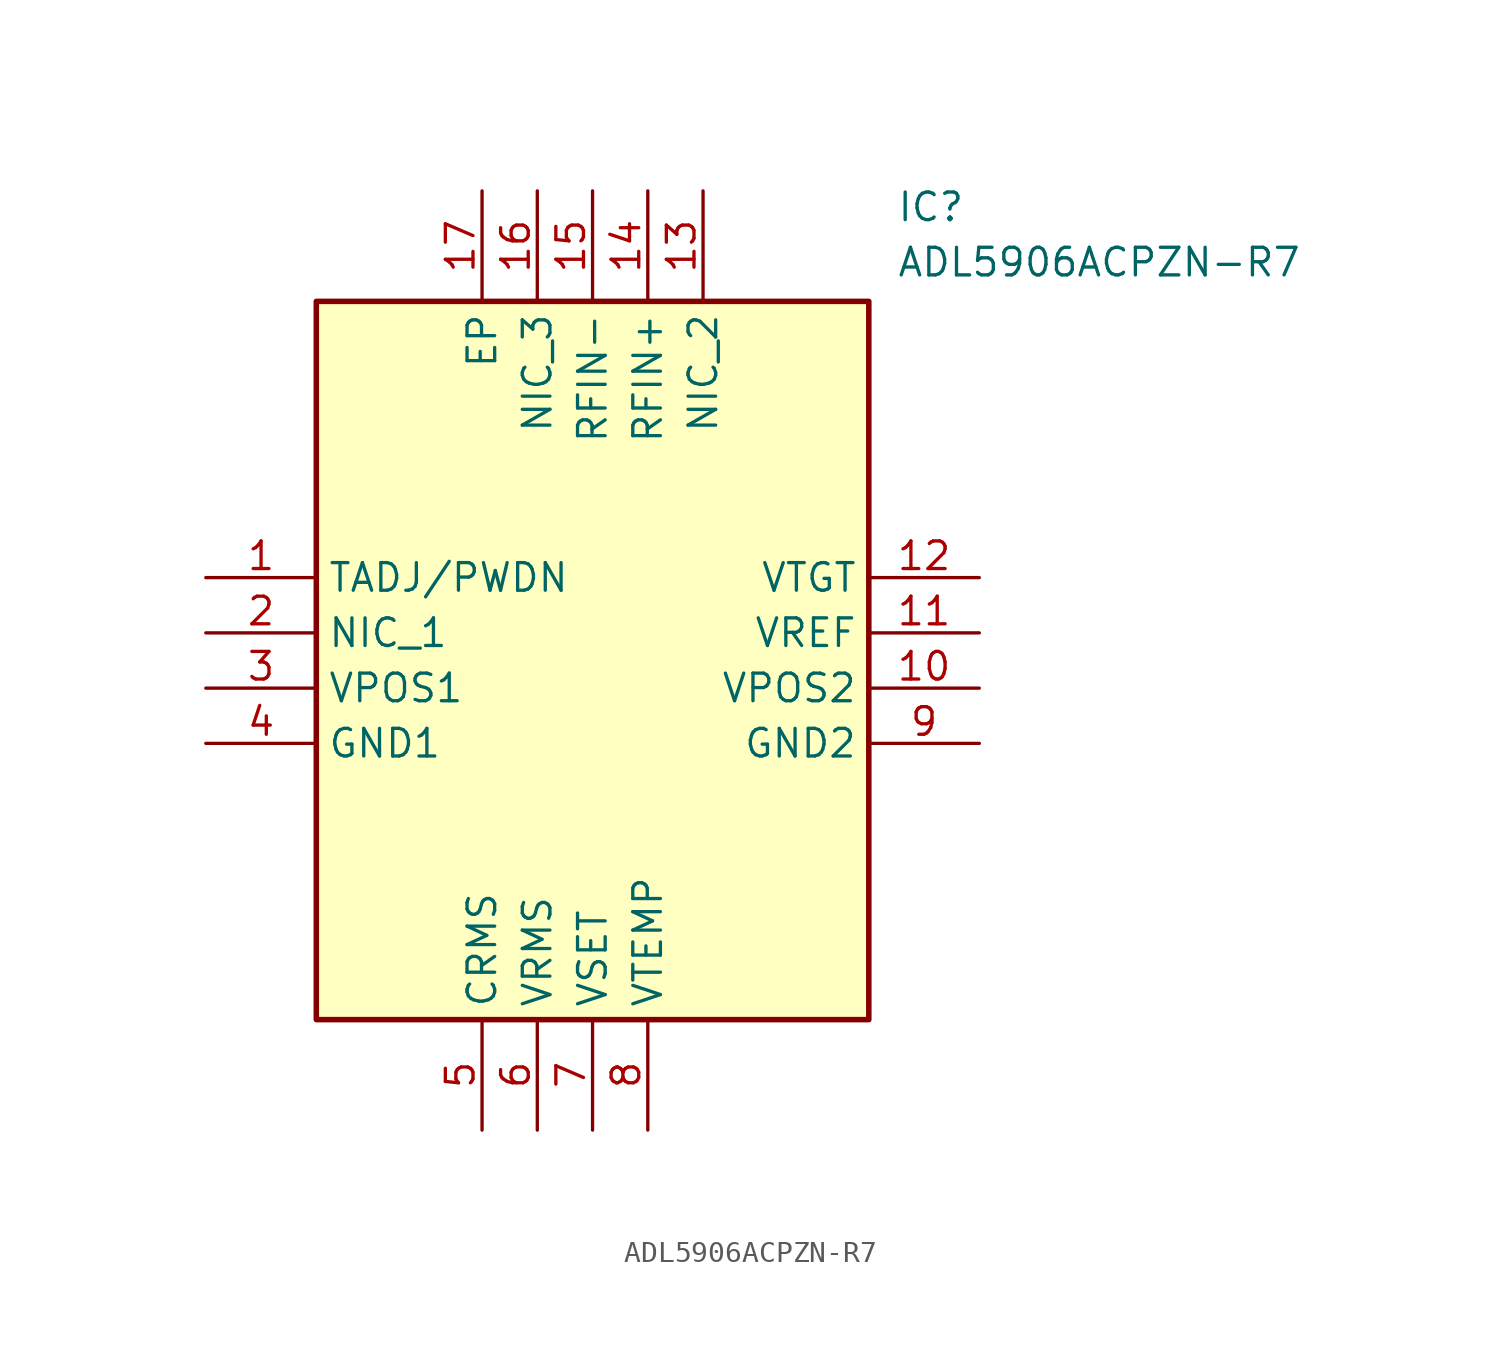
<source format=kicad_sym>
(kicad_symbol_lib
  (version 20211014)
  (generator SamacSys_ECAD_Model)
  (symbol "ADL5906ACPZN-R7"
    (property "Reference" "IC"
      (at 31.75 17.78 0)
      (effects (font (size 1.27 1.27)) (justify left top)))
    (property "Value" "ADL5906ACPZN-R7"
      (at 31.75 15.24 0)
      (effects (font (size 1.27 1.27)) (justify left top)))
    (rectangle
      (start 5.08 12.7)
      (end 30.48 -20.32)
      (stroke (width 0.254) (type default))
      (fill (type background)))
    (pin passive line
      (at 0 0 0)
      (length 5.08)
      (name "TADJ/PWDN" (effects (font (size 1.27 1.27))))
      (number "1" (effects (font (size 1.27 1.27)))))
    (pin passive line
      (at 0 -2.54 0)
      (length 5.08)
      (name "NIC_1" (effects (font (size 1.27 1.27))))
      (number "2" (effects (font (size 1.27 1.27)))))
    (pin passive line
      (at 0 -5.08 0)
      (length 5.08)
      (name "VPOS1" (effects (font (size 1.27 1.27))))
      (number "3" (effects (font (size 1.27 1.27)))))
    (pin passive line
      (at 0 -7.62 0)
      (length 5.08)
      (name "GND1" (effects (font (size 1.27 1.27))))
      (number "4" (effects (font (size 1.27 1.27)))))
    (pin passive line
      (at 12.7 -25.4 90)
      (length 5.08)
      (name "CRMS" (effects (font (size 1.27 1.27))))
      (number "5" (effects (font (size 1.27 1.27)))))
    (pin passive line
      (at 15.24 -25.4 90)
      (length 5.08)
      (name "VRMS" (effects (font (size 1.27 1.27))))
      (number "6" (effects (font (size 1.27 1.27)))))
    (pin passive line
      (at 17.78 -25.4 90)
      (length 5.08)
      (name "VSET" (effects (font (size 1.27 1.27))))
      (number "7" (effects (font (size 1.27 1.27)))))
    (pin passive line
      (at 20.32 -25.4 90)
      (length 5.08)
      (name "VTEMP" (effects (font (size 1.27 1.27))))
      (number "8" (effects (font (size 1.27 1.27)))))
    (pin passive line
      (at 35.56 0 180)
      (length 5.08)
      (name "VTGT" (effects (font (size 1.27 1.27))))
      (number "12" (effects (font (size 1.27 1.27)))))
    (pin passive line
      (at 35.56 -2.54 180)
      (length 5.08)
      (name "VREF" (effects (font (size 1.27 1.27))))
      (number "11" (effects (font (size 1.27 1.27)))))
    (pin passive line
      (at 35.56 -5.08 180)
      (length 5.08)
      (name "VPOS2" (effects (font (size 1.27 1.27))))
      (number "10" (effects (font (size 1.27 1.27)))))
    (pin passive line
      (at 35.56 -7.62 180)
      (length 5.08)
      (name "GND2" (effects (font (size 1.27 1.27))))
      (number "9" (effects (font (size 1.27 1.27)))))
    (pin passive line
      (at 12.7 17.78 270)
      (length 5.08)
      (name "EP" (effects (font (size 1.27 1.27))))
      (number "17" (effects (font (size 1.27 1.27)))))
    (pin passive line
      (at 15.24 17.78 270)
      (length 5.08)
      (name "NIC_3" (effects (font (size 1.27 1.27))))
      (number "16" (effects (font (size 1.27 1.27)))))
    (pin passive line
      (at 17.78 17.78 270)
      (length 5.08)
      (name "RFIN-" (effects (font (size 1.27 1.27))))
      (number "15" (effects (font (size 1.27 1.27)))))
    (pin passive line
      (at 20.32 17.78 270)
      (length 5.08)
      (name "RFIN+" (effects (font (size 1.27 1.27))))
      (number "14" (effects (font (size 1.27 1.27)))))
    (pin passive line
      (at 22.86 17.78 270)
      (length 5.08)
      (name "NIC_2" (effects (font (size 1.27 1.27))))
      (number "13" (effects (font (size 1.27 1.27)))))))
</source>
